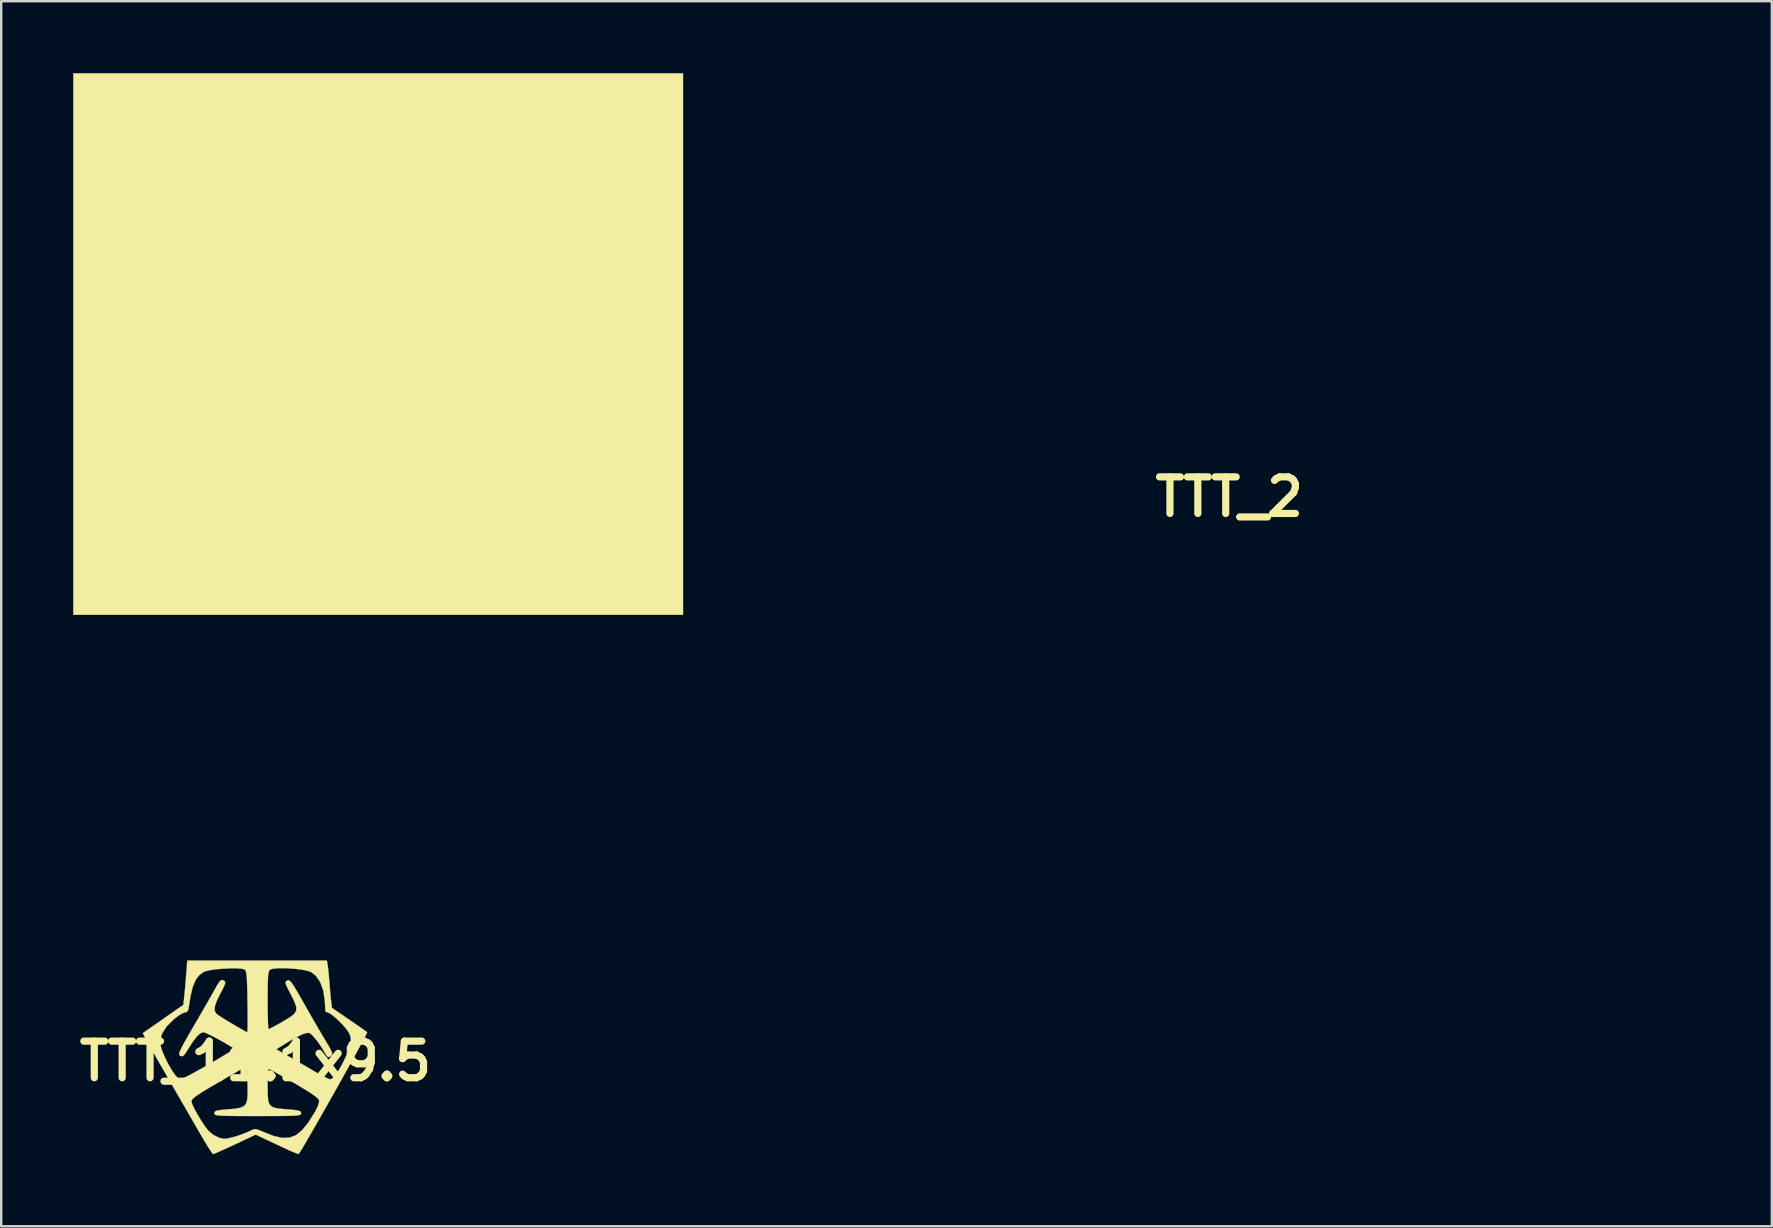
<source format=kicad_pcb>
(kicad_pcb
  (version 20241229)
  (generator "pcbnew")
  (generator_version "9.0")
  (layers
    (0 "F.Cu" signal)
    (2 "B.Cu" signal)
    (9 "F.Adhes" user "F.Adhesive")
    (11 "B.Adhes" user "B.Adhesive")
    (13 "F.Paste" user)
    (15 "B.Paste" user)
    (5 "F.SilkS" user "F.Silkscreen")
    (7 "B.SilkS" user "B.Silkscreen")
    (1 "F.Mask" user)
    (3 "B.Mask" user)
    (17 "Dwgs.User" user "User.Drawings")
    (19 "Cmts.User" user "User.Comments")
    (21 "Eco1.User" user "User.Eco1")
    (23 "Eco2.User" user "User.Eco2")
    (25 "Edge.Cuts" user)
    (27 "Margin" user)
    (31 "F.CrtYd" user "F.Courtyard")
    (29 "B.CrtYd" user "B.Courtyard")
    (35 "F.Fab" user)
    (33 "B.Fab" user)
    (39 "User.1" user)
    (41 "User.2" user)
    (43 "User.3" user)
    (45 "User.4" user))
  (footprint "TTT_1"
    (layer "F.Cu")
    (at 12.705 11.254)
    (property "Reference" "TTT_1" (at 0 0 0) (layer "F.SilkS") (effects (font (size 1.524 1.524) (thickness 0.3))))
    (attr through_hole)
    (fp_poly (pts (xy 12.7 11.309) (xy -12.7 11.309) (xy -12.7 -11.249) (xy 12.7 -11.249) (xy 12.7 11.309)) (stroke (width 0.01) (type solid)) (fill yes) (layer "F.SilkS")))
  (footprint "TTT_2"
    (layer "F.Cu")
    (at 48.158 17.651)
    (property "Reference" "TTT_2" (at 0 0 0) (layer "F.SilkS") (effects (font (size 1.524 1.524) (thickness 0.3))))
    (attr through_hole)
    (fp_poly (pts (xy 12.663 -16.911) (xy 12.749 -16.292) (xy 12.849 -15.331) (xy 12.945 -14.218) (xy 12.958 -14.037) (xy 13.055 -12.812) (xy 13.164 -11.608) (xy 13.261 -10.672) (xy 13.267 -10.627) (xy 13.419 -9.356) (xy 16.402 -7.31) (xy 17.515 -6.543) (xy 18.474 -5.878) (xy 19.188 -5.376) (xy 19.571 -5.099) (xy 19.603 -5.074) (xy 19.504 -4.826) (xy 19.171 -4.17) (xy 18.635 -3.164) (xy 17.928 -1.862) (xy 17.081 -0.323) (xy 16.126 1.399) (xy 15.095 3.247) (xy 14.02 5.164) (xy 12.931 7.094) (xy 11.862 8.982) (xy 10.843 10.769) (xy 9.907 12.401) (xy 9.084 13.821) (xy 8.407 14.973) (xy 7.907 15.8) (xy 7.616 16.246) (xy 7.584 16.286) (xy 7.323 16.216) (xy 6.664 15.951) (xy 5.694 15.527) (xy 4.497 14.981) (xy 3.77 14.64) (xy 0.051 12.884) (xy -3.592 14.597) (xy -4.875 15.194) (xy -5.986 15.7) (xy -6.837 16.076) (xy -7.337 16.28) (xy -7.427 16.306) (xy -7.621 16.085) (xy -8.027 15.479) (xy -8.596 14.568) (xy -9.277 13.431) (xy -9.666 12.763) (xy -11.668 9.3) (xy -12.965 7.054) (xy -11.229 7.054) (xy -11.088 7.547) (xy -10.711 8.349) (xy -10.175 9.332) (xy -9.552 10.37) (xy -8.918 11.335) (xy -8.345 12.099) (xy -8.2 12.266) (xy -7.348 12.956) (xy -6.321 13.451) (xy -5.463 13.625) (xy -4.902 13.557) (xy -4.058 13.37) (xy -3.457 13.205) (xy -2.427 12.86) (xy -1.433 12.466) (xy -1.024 12.275) (xy -0.468 12.01) (xy -0.04 11.92) (xy 0.446 12.017) (xy 1.177 12.315) (xy 1.477 12.447) (xy 3.226 13.126) (xy 4.704 13.46) (xy 5.979 13.42) (xy 7.118 12.979) (xy 8.19 12.109) (xy 9.263 10.781) (xy 10.403 8.97) (xy 10.532 8.746) (xy 10.93 7.926) (xy 11.157 7.207) (xy 11.18 6.9) (xy 11.006 6.599) (xy 10.528 6.176) (xy 9.705 5.599) (xy 8.493 4.838) (xy 6.848 3.865) (xy 6.818 3.847) (xy 5.454 3.059) (xy 4.247 2.373) (xy 3.275 1.831) (xy 2.613 1.475) (xy 2.339 1.349) (xy 2.26 1.593) (xy 2.196 2.267) (xy 2.153 3.264) (xy 2.139 4.37) (xy 2.152 5.868) (xy 2.241 6.918) (xy 2.479 7.608) (xy 2.938 8.024) (xy 3.693 8.256) (xy 4.815 8.388) (xy 5.553 8.446) (xy 6.723 8.547) (xy 7.457 8.652) (xy 7.851 8.789) (xy 8.004 8.984) (xy 8.021 9.129) (xy 7.997 9.273) (xy 7.886 9.387) (xy 7.631 9.473) (xy 7.174 9.535) (xy 6.457 9.578) (xy 5.423 9.604) (xy 4.015 9.619) (xy 2.175 9.624) (xy 0.401 9.625) (xy -1.817 9.624) (xy -3.558 9.616) (xy -4.879 9.6) (xy -5.838 9.57) (xy -6.493 9.523) (xy -6.9 9.456) (xy -7.119 9.364) (xy -7.206 9.244) (xy -7.219 9.13) (xy -7.154 8.883) (xy -6.893 8.714) (xy -6.335 8.595) (xy -5.38 8.495) (xy -4.922 8.458) (xy -3.587 8.341) (xy -2.627 8.174) (xy -1.983 7.876) (xy -1.597 7.369) (xy -1.409 6.571) (xy -1.36 5.403) (xy -1.39 3.784) (xy -1.393 3.686) (xy -1.471 0.822) (xy -6.35 3.643) (xy -8.024 4.62) (xy -9.282 5.378) (xy -10.178 5.956) (xy -10.764 6.391) (xy -11.094 6.719) (xy -11.222 6.979) (xy -11.229 7.054) (xy -12.965 7.054) (xy -13.414 6.275) (xy -14.917 3.668) (xy -16.189 1.454) (xy -17.244 -0.388) (xy -18.095 -1.882) (xy -18.754 -3.05) (xy -19.01 -3.509) (xy -16.716 -3.509) (xy -16.674 -2.904) (xy -16.406 -1.952) (xy -15.962 -0.847) (xy -15.401 0.304) (xy -14.786 1.392) (xy -14.176 2.311) (xy -13.634 2.952) (xy -13.22 3.208) (xy -13.202 3.208) (xy -12.84 3.079) (xy -12.097 2.72) (xy -11.052 2.172) (xy -9.784 1.478) (xy -8.372 0.677) (xy -8.25 0.607) (xy -6.861 -0.202) (xy -5.646 -0.922) (xy -4.676 -1.512) (xy -4.021 -1.928) (xy -3.751 -2.126) (xy -3.748 -2.133) (xy -3.972 -2.345) (xy -4.558 -2.73) (xy -5.39 -3.223) (xy -6.351 -3.761) (xy -7.324 -4.279) (xy -8.191 -4.714) (xy -8.837 -5) (xy -9.116 -5.08) (xy -9.659 -4.895) (xy -10.294 -4.313) (xy -11.058 -3.297) (xy -11.669 -2.339) (xy -12.208 -1.479) (xy -12.574 -1.008) (xy -12.861 -0.852) (xy -13.161 -0.939) (xy -13.326 -1.038) (xy -13.393 -1.226) (xy -13.284 -1.639) (xy -12.975 -2.324) (xy -12.441 -3.331) (xy -11.66 -4.709) (xy -11.036 -5.779) (xy -10.12 -7.348) (xy -9.211 -8.918) (xy -8.376 -10.371) (xy -7.684 -11.588) (xy -7.25 -12.365) (xy -6.691 -13.356) (xy -6.302 -13.945) (xy -6.012 -14.21) (xy -5.751 -14.228) (xy -5.596 -14.161) (xy -5.361 -13.999) (xy -5.285 -13.773) (xy -5.393 -13.376) (xy -5.712 -12.703) (xy -6.149 -11.866) (xy -6.787 -10.568) (xy -7.122 -9.618) (xy -7.167 -8.931) (xy -6.936 -8.424) (xy -6.751 -8.236) (xy -6.366 -7.963) (xy -5.67 -7.519) (xy -4.779 -6.973) (xy -3.807 -6.393) (xy -2.871 -5.847) (xy -2.086 -5.404) (xy -1.567 -5.132) (xy -1.43 -5.08) (xy -1.396 -5.334) (xy -1.374 -6.043) (xy -1.364 -7.126) (xy -1.367 -8.504) (xy -1.383 -10.097) (xy -1.388 -10.438) (xy -1.392 -10.662) (xy 2.139 -10.662) (xy 2.147 -9.085) (xy 2.171 -7.71) (xy 2.207 -6.618) (xy 2.253 -5.893) (xy 2.305 -5.615) (xy 2.308 -5.615) (xy 2.597 -5.74) (xy 3.242 -6.077) (xy 4.137 -6.569) (xy 4.848 -6.972) (xy 6.032 -7.679) (xy 6.792 -8.268) (xy 7.158 -8.854) (xy 7.162 -9.549) (xy 6.834 -10.47) (xy 6.204 -11.73) (xy 6.145 -11.842) (xy 5.634 -12.829) (xy 5.354 -13.452) (xy 5.279 -13.816) (xy 5.383 -14.025) (xy 5.577 -14.15) (xy 5.786 -14.208) (xy 6.016 -14.11) (xy 6.31 -13.799) (xy 6.712 -13.215) (xy 7.267 -12.298) (xy 8.018 -10.989) (xy 8.302 -10.486) (xy 9.196 -8.912) (xy 10.149 -7.254) (xy 11.067 -5.672) (xy 11.856 -4.33) (xy 12.113 -3.898) (xy 12.791 -2.758) (xy 13.219 -1.985) (xy 13.431 -1.49) (xy 13.459 -1.187) (xy 13.334 -0.985) (xy 13.207 -0.883) (xy 12.865 -0.702) (xy 12.593 -0.83) (xy 12.254 -1.347) (xy 12.17 -1.497) (xy 11.542 -2.53) (xy 10.836 -3.531) (xy 10.158 -4.36) (xy 9.614 -4.878) (xy 9.55 -4.921) (xy 9.094 -4.977) (xy 8.333 -4.75) (xy 7.236 -4.226) (xy 5.771 -3.39) (xy 4.707 -2.736) (xy 3.666 -2.084) (xy 5.777 -0.873) (xy 6.997 -0.168) (xy 8.431 0.667) (xy 9.83 1.487) (xy 10.294 1.761) (xy 11.337 2.355) (xy 12.242 2.83) (xy 12.892 3.127) (xy 13.132 3.196) (xy 13.531 2.996) (xy 14.031 2.478) (xy 14.237 2.192) (xy 15.166 0.637) (xy 15.951 -0.965) (xy 16.497 -2.416) (xy 16.59 -2.748) (xy 16.753 -3.614) (xy 16.691 -4.278) (xy 16.433 -4.93) (xy 16.036 -5.541) (xy 15.397 -6.293) (xy 14.63 -7.078) (xy 13.847 -7.788) (xy 13.163 -8.316) (xy 12.688 -8.552) (xy 12.647 -8.556) (xy 12.314 -8.68) (xy 12.281 -8.756) (xy 12.256 -9.111) (xy 12.211 -9.833) (xy 12.162 -10.638) (xy 11.901 -12.382) (xy 11.364 -13.863) (xy 10.594 -14.995) (xy 9.729 -15.649) (xy 8.986 -15.89) (xy 7.928 -16.083) (xy 6.69 -16.223) (xy 5.404 -16.301) (xy 4.208 -16.31) (xy 3.234 -16.242) (xy 2.619 -16.091) (xy 2.536 -16.039) (xy 2.393 -15.833) (xy 2.287 -15.439) (xy 2.214 -14.788) (xy 2.169 -13.81) (xy 2.145 -12.435) (xy 2.139 -10.662) (xy -1.392 -10.662) (xy -1.423 -12.321) (xy -1.468 -13.735) (xy -1.526 -14.749) (xy -1.605 -15.427) (xy -1.709 -15.838) (xy -1.845 -16.046) (xy -1.872 -16.066) (xy -2.383 -16.209) (xy -3.285 -16.277) (xy -4.441 -16.278) (xy -5.712 -16.219) (xy -6.96 -16.107) (xy -8.049 -15.951) (xy -8.841 -15.758) (xy -9.036 -15.676) (xy -9.851 -15.086) (xy -10.493 -14.226) (xy -10.994 -13.026) (xy -11.384 -11.418) (xy -11.632 -9.826) (xy -11.773 -9.041) (xy -11.979 -8.661) (xy -12.322 -8.556) (xy -12.353 -8.556) (xy -12.825 -8.389) (xy -13.537 -7.95) (xy -14.341 -7.333) (xy -14.381 -7.299) (xy -15.629 -6.025) (xy -16.415 -4.746) (xy -16.716 -3.509) (xy -19.01 -3.509) (xy -19.235 -3.915) (xy -19.551 -4.5) (xy -19.714 -4.828) (xy -19.743 -4.921) (xy -19.503 -5.089) (xy -18.902 -5.509) (xy -18.013 -6.129) (xy -16.914 -6.896) (xy -16.144 -7.432) (xy -12.637 -9.877) (xy -12.475 -11.422) (xy -12.376 -12.449) (xy -12.261 -13.754) (xy -12.152 -15.086) (xy -12.135 -15.307) (xy -11.958 -17.646) (xy 12.524 -17.646) (xy 12.663 -16.911)) (stroke (width 0.01) (type solid)) (fill no) (layer "Eco2.User")))
  (footprint "TTT_11.1x9.5"
    (layer "F.Cu")
    (at 7.591 41.158)
    (property "Reference" "TTT_11.1x9.5" (at 0 0 0) (layer "F.SilkS") (effects (font (size 1.524 1.524) (thickness 0.3))))
    (attr through_hole)
    (fp_poly (pts (xy 3.007 -4.016) (xy 3.028 -3.869) (xy 3.052 -3.641) (xy 3.074 -3.377) (xy 3.078 -3.334) (xy 3.101 -3.043) (xy 3.126 -2.757) (xy 3.15 -2.535) (xy 3.151 -2.524) (xy 3.187 -2.222) (xy 3.895 -1.736) (xy 4.16 -1.554) (xy 4.388 -1.396) (xy 4.557 -1.277) (xy 4.648 -1.211) (xy 4.656 -1.205) (xy 4.632 -1.146) (xy 4.553 -0.99) (xy 4.426 -0.751) (xy 4.258 -0.442) (xy 4.057 -0.077) (xy 3.83 0.332) (xy 3.585 0.771) (xy 3.33 1.226) (xy 3.071 1.685) (xy 2.817 2.133) (xy 2.575 2.558) (xy 2.353 2.945) (xy 2.157 3.283) (xy 1.997 3.556) (xy 1.878 3.753) (xy 1.809 3.858) (xy 1.801 3.868) (xy 1.739 3.851) (xy 1.583 3.788) (xy 1.352 3.688) (xy 1.068 3.558) (xy 0.895 3.477) (xy 0.012 3.06) (xy -0.853 3.467) (xy -1.158 3.609) (xy -1.422 3.729) (xy -1.624 3.818) (xy -1.743 3.866) (xy -1.764 3.873) (xy -1.81 3.82) (xy -1.906 3.676) (xy -2.042 3.46) (xy -2.203 3.19) (xy -2.296 3.031) (xy -2.771 2.209) (xy -3.079 1.675) (xy -2.667 1.675) (xy -2.633 1.792) (xy -2.544 1.983) (xy -2.417 2.216) (xy -2.269 2.463) (xy -2.118 2.692) (xy -1.982 2.873) (xy -1.947 2.913) (xy -1.745 3.077) (xy -1.501 3.195) (xy -1.297 3.236) (xy -1.164 3.22) (xy -0.964 3.175) (xy -0.821 3.136) (xy -0.576 3.054) (xy -0.34 2.961) (xy -0.243 2.915) (xy -0.111 2.852) (xy -0.01 2.831) (xy 0.106 2.854) (xy 0.28 2.925) (xy 0.351 2.956) (xy 0.766 3.118) (xy 1.117 3.197) (xy 1.42 3.187) (xy 1.691 3.083) (xy 1.945 2.876) (xy 2.2 2.561) (xy 2.471 2.13) (xy 2.501 2.077) (xy 2.596 1.882) (xy 2.65 1.712) (xy 2.655 1.639) (xy 2.614 1.567) (xy 2.5 1.467) (xy 2.305 1.33) (xy 2.017 1.149) (xy 1.626 0.918) (xy 1.619 0.914) (xy 1.295 0.727) (xy 1.009 0.564) (xy 0.778 0.435) (xy 0.621 0.35) (xy 0.556 0.32) (xy 0.537 0.378) (xy 0.521 0.538) (xy 0.511 0.775) (xy 0.508 1.038) (xy 0.511 1.394) (xy 0.532 1.643) (xy 0.589 1.807) (xy 0.698 1.906) (xy 0.877 1.961) (xy 1.143 1.992) (xy 1.319 2.006) (xy 1.597 2.03) (xy 1.771 2.055) (xy 1.865 2.087) (xy 1.901 2.134) (xy 1.905 2.168) (xy 1.899 2.202) (xy 1.873 2.229) (xy 1.812 2.25) (xy 1.704 2.265) (xy 1.534 2.275) (xy 1.288 2.281) (xy 0.954 2.284) (xy 0.516 2.286) (xy 0.095 2.286) (xy -0.432 2.286) (xy -0.845 2.284) (xy -1.159 2.28) (xy -1.386 2.273) (xy -1.542 2.262) (xy -1.639 2.246) (xy -1.691 2.224) (xy -1.711 2.196) (xy -1.714 2.168) (xy -1.699 2.11) (xy -1.637 2.07) (xy -1.505 2.041) (xy -1.278 2.018) (xy -1.169 2.009) (xy -0.852 1.981) (xy -0.624 1.941) (xy -0.471 1.871) (xy -0.379 1.75) (xy -0.335 1.561) (xy -0.323 1.283) (xy -0.33 0.899) (xy -0.331 0.876) (xy -0.349 0.195) (xy -1.508 0.865) (xy -1.906 1.097) (xy -2.205 1.277) (xy -2.417 1.415) (xy -2.556 1.518) (xy -2.635 1.596) (xy -2.665 1.657) (xy -2.667 1.675) (xy -3.079 1.675) (xy -3.186 1.49) (xy -3.543 0.871) (xy -3.845 0.345) (xy -4.096 -0.092) (xy -4.298 -0.447) (xy -4.454 -0.724) (xy -4.515 -0.833) (xy -3.97 -0.833) (xy -3.96 -0.69) (xy -3.897 -0.464) (xy -3.791 -0.201) (xy -3.658 0.072) (xy -3.512 0.331) (xy -3.367 0.549) (xy -3.238 0.701) (xy -3.14 0.762) (xy -3.135 0.762) (xy -3.05 0.731) (xy -2.873 0.646) (xy -2.625 0.516) (xy -2.324 0.351) (xy -1.988 0.161) (xy -1.959 0.144) (xy -1.629 -0.048) (xy -1.341 -0.219) (xy -1.11 -0.359) (xy -0.955 -0.458) (xy -0.891 -0.505) (xy -0.89 -0.507) (xy -0.943 -0.557) (xy -1.083 -0.648) (xy -1.28 -0.765) (xy -1.508 -0.893) (xy -1.739 -1.016) (xy -1.945 -1.119) (xy -2.099 -1.188) (xy -2.165 -1.206) (xy -2.294 -1.163) (xy -2.445 -1.024) (xy -2.626 -0.783) (xy -2.771 -0.556) (xy -2.899 -0.351) (xy -2.986 -0.239) (xy -3.054 -0.202) (xy -3.126 -0.223) (xy -3.165 -0.246) (xy -3.181 -0.291) (xy -3.155 -0.389) (xy -3.081 -0.552) (xy -2.955 -0.791) (xy -2.769 -1.118) (xy -2.621 -1.373) (xy -2.404 -1.745) (xy -2.188 -2.118) (xy -1.989 -2.463) (xy -1.825 -2.752) (xy -1.722 -2.937) (xy -1.589 -3.172) (xy -1.497 -3.312) (xy -1.428 -3.375) (xy -1.366 -3.379) (xy -1.329 -3.363) (xy -1.273 -3.325) (xy -1.255 -3.271) (xy -1.281 -3.177) (xy -1.357 -3.017) (xy -1.46 -2.818) (xy -1.612 -2.51) (xy -1.691 -2.284) (xy -1.702 -2.121) (xy -1.647 -2.001) (xy -1.603 -1.956) (xy -1.512 -1.891) (xy -1.347 -1.786) (xy -1.135 -1.656) (xy -0.904 -1.518) (xy -0.682 -1.389) (xy -0.495 -1.283) (xy -0.372 -1.219) (xy -0.34 -1.206) (xy -0.332 -1.267) (xy -0.326 -1.435) (xy -0.324 -1.692) (xy -0.325 -2.02) (xy -0.328 -2.398) (xy -0.33 -2.479) (xy -0.331 -2.532) (xy 0.508 -2.532) (xy 0.51 -2.158) (xy 0.516 -1.831) (xy 0.524 -1.572) (xy 0.535 -1.4) (xy 0.547 -1.334) (xy 0.548 -1.333) (xy 0.617 -1.363) (xy 0.77 -1.443) (xy 0.983 -1.56) (xy 1.151 -1.656) (xy 1.432 -1.824) (xy 1.613 -1.964) (xy 1.7 -2.103) (xy 1.701 -2.268) (xy 1.623 -2.487) (xy 1.473 -2.786) (xy 1.459 -2.812) (xy 1.338 -3.047) (xy 1.272 -3.195) (xy 1.254 -3.281) (xy 1.278 -3.331) (xy 1.324 -3.361) (xy 1.374 -3.374) (xy 1.429 -3.351) (xy 1.499 -3.277) (xy 1.594 -3.139) (xy 1.726 -2.921) (xy 1.904 -2.61) (xy 1.972 -2.49) (xy 2.184 -2.117) (xy 2.41 -1.723) (xy 2.628 -1.347) (xy 2.816 -1.028) (xy 2.877 -0.926) (xy 3.038 -0.655) (xy 3.14 -0.471) (xy 3.19 -0.354) (xy 3.197 -0.282) (xy 3.167 -0.234) (xy 3.137 -0.21) (xy 3.056 -0.167) (xy 2.991 -0.197) (xy 2.91 -0.32) (xy 2.89 -0.356) (xy 2.741 -0.601) (xy 2.574 -0.839) (xy 2.412 -1.035) (xy 2.283 -1.159) (xy 2.268 -1.169) (xy 2.16 -1.182) (xy 1.979 -1.128) (xy 1.718 -1.004) (xy 1.371 -0.805) (xy 1.118 -0.65) (xy 0.871 -0.495) (xy 1.372 -0.207) (xy 1.662 -0.04) (xy 2.002 0.158) (xy 2.335 0.353) (xy 2.445 0.418) (xy 2.693 0.559) (xy 2.908 0.672) (xy 3.062 0.743) (xy 3.119 0.759) (xy 3.214 0.712) (xy 3.332 0.588) (xy 3.381 0.521) (xy 3.602 0.151) (xy 3.788 -0.229) (xy 3.918 -0.574) (xy 3.94 -0.653) (xy 3.979 -0.858) (xy 3.964 -1.016) (xy 3.903 -1.171) (xy 3.808 -1.316) (xy 3.657 -1.494) (xy 3.475 -1.681) (xy 3.289 -1.85) (xy 3.126 -1.975) (xy 3.013 -2.031) (xy 3.004 -2.032) (xy 2.925 -2.062) (xy 2.917 -2.08) (xy 2.911 -2.164) (xy 2.9 -2.335) (xy 2.889 -2.526) (xy 2.826 -2.941) (xy 2.699 -3.292) (xy 2.516 -3.561) (xy 2.311 -3.717) (xy 2.134 -3.774) (xy 1.883 -3.82) (xy 1.589 -3.853) (xy 1.284 -3.871) (xy 0.999 -3.874) (xy 0.768 -3.858) (xy 0.622 -3.822) (xy 0.602 -3.809) (xy 0.568 -3.76) (xy 0.543 -3.667) (xy 0.526 -3.512) (xy 0.515 -3.28) (xy 0.51 -2.953) (xy 0.508 -2.532) (xy -0.331 -2.532) (xy -0.338 -2.926) (xy -0.349 -3.262) (xy -0.362 -3.503) (xy -0.381 -3.664) (xy -0.406 -3.761) (xy -0.438 -3.811) (xy -0.445 -3.816) (xy -0.566 -3.85) (xy -0.78 -3.866) (xy -1.055 -3.866) (xy -1.357 -3.852) (xy -1.653 -3.825) (xy -1.912 -3.788) (xy -2.1 -3.742) (xy -2.146 -3.723) (xy -2.34 -3.583) (xy -2.492 -3.379) (xy -2.611 -3.094) (xy -2.704 -2.712) (xy -2.763 -2.334) (xy -2.796 -2.147) (xy -2.845 -2.057) (xy -2.926 -2.032) (xy -2.934 -2.032) (xy -3.046 -1.992) (xy -3.215 -1.888) (xy -3.406 -1.742) (xy -3.416 -1.733) (xy -3.712 -1.431) (xy -3.899 -1.127) (xy -3.97 -0.833) (xy -4.515 -0.833) (xy -4.568 -0.93) (xy -4.643 -1.069) (xy -4.682 -1.147) (xy -4.689 -1.169) (xy -4.632 -1.209) (xy -4.489 -1.308) (xy -4.278 -1.456) (xy -4.017 -1.638) (xy -3.834 -1.765) (xy -3.001 -2.346) (xy -2.963 -2.713) (xy -2.939 -2.957) (xy -2.912 -3.267) (xy -2.886 -3.583) (xy -2.882 -3.635) (xy -2.84 -4.191) (xy 2.974 -4.191) (xy 3.007 -4.016)) (stroke (width 0.01) (type solid)) (fill yes) (layer "F.SilkS")))
  (gr_rect
    (start -3 -3)
    (end 70.765 48.036)
    (stroke (width 0.1) (type default))
    (fill no)
    (layer "Edge.Cuts")))
</source>
